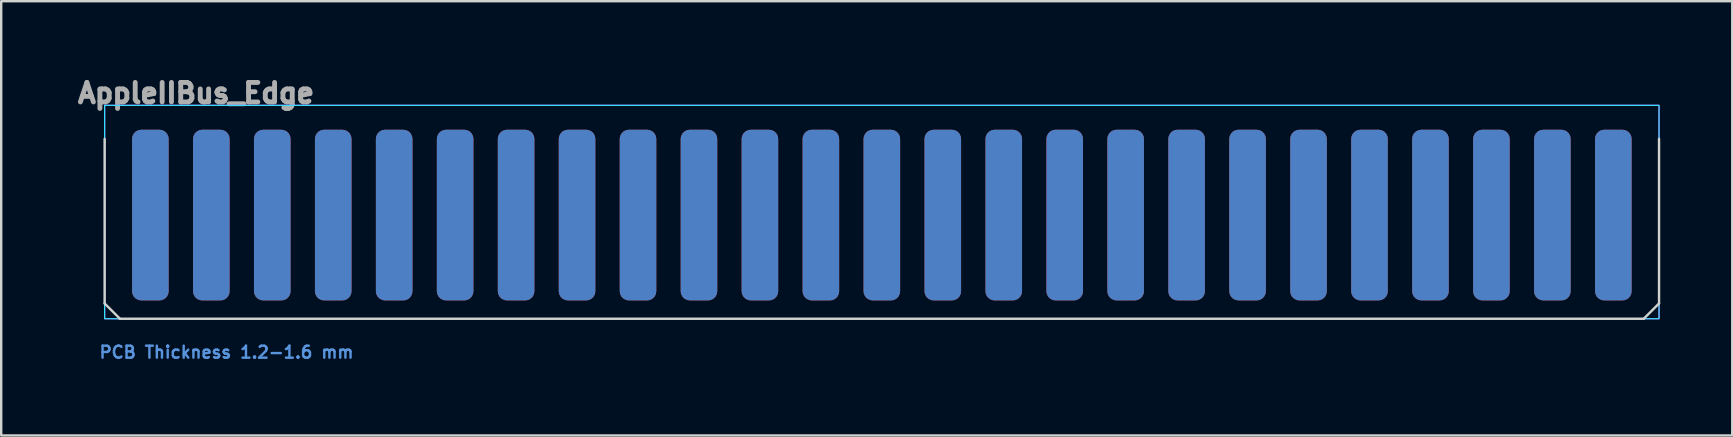
<source format=kicad_pcb>
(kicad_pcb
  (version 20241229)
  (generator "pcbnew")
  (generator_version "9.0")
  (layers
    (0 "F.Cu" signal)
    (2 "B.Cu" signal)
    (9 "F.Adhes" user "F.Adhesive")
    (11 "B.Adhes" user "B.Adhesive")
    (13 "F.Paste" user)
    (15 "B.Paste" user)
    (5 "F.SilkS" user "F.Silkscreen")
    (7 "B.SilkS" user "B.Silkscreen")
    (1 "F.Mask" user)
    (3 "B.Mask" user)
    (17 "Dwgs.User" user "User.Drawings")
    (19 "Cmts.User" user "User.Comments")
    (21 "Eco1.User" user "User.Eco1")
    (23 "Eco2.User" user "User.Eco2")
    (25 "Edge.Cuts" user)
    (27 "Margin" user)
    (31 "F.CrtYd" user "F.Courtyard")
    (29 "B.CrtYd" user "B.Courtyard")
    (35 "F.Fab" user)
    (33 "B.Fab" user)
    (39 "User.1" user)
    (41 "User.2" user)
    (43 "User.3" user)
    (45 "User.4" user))
  (footprint "AppleIIBus_Edge"
    (layer "F.Cu")
    (at 33.695 5.912)
    (property "Reference" "AppleIIBus_Edge" (at -28.575 -5.08 0) (layer "F.Fab") (effects (font (size 0.813 0.813) (thickness 0.203))))
    (attr exclude_from_pos_files exclude_from_bom allow_soldermask_bridges)
    (fp_rect (start -32.385 -3.175) (end 32.385 4.318) (stroke (width 0.05) (type solid)) (fill yes) (layer "F.Mask"))
    (fp_rect (start -32.385 -3.175) (end 32.385 4.318) (stroke (width 0.05) (type solid)) (fill yes) (layer "B.Mask"))
    (fp_line (start -32.385 3.683) (end -32.385 -3.175) (stroke (width 0.1) (type solid)) (layer "Edge.Cuts"))
    (fp_line (start -31.75 4.318) (end -32.385 3.683) (stroke (width 0.1) (type default)) (layer "Edge.Cuts"))
    (fp_line (start 31.75 4.318) (end -31.75 4.318) (stroke (width 0.1) (type solid)) (layer "Edge.Cuts"))
    (fp_line (start 31.75 4.318) (end 32.385 3.683) (stroke (width 0.1) (type default)) (layer "Edge.Cuts"))
    (fp_line (start 32.385 -3.175) (end 32.385 3.683) (stroke (width 0.1) (type solid)) (layer "Edge.Cuts"))
    (fp_rect (start -32.385 -4.572) (end 32.385 4.318) (stroke (width 0.05) (type default)) (fill no) (layer "B.CrtYd"))
    (fp_rect (start -32.385 -4.572) (end 32.385 4.318) (stroke (width 0.05) (type default)) (fill no) (layer "F.CrtYd"))
    (fp_text user "PCB Thickness 1.2-1.6 mm" (at -27.305 5.715 180) (layer "Cmts.User") (effects (font (size 0.5 0.5) (thickness 0.1))))
    (pad "1" connect roundrect (at -30.48 0 180) (size 1.524 7.112) (layers "F.Cu" "F.Mask") (roundrect_rratio 0.25))
    (pad "2" connect roundrect (at -27.94 0 180) (size 1.524 7.112) (layers "F.Cu" "F.Mask") (roundrect_rratio 0.25))
    (pad "3" connect roundrect (at -25.4 0 180) (size 1.524 7.112) (layers "F.Cu" "F.Mask") (roundrect_rratio 0.25))
    (pad "4" connect roundrect (at -22.86 0 180) (size 1.524 7.112) (layers "F.Cu" "F.Mask") (roundrect_rratio 0.25))
    (pad "5" connect roundrect (at -20.32 0 180) (size 1.524 7.112) (layers "F.Cu" "F.Mask") (roundrect_rratio 0.25))
    (pad "6" connect roundrect (at -17.78 0 180) (size 1.524 7.112) (layers "F.Cu" "F.Mask") (roundrect_rratio 0.25))
    (pad "7" connect roundrect (at -15.24 0 180) (size 1.524 7.112) (layers "F.Cu" "F.Mask") (roundrect_rratio 0.25))
    (pad "8" connect roundrect (at -12.7 0 180) (size 1.524 7.112) (layers "F.Cu" "F.Mask") (roundrect_rratio 0.25))
    (pad "9" connect roundrect (at -10.16 0 180) (size 1.524 7.112) (layers "F.Cu" "F.Mask") (roundrect_rratio 0.25))
    (pad "10" connect roundrect (at -7.62 0 180) (size 1.524 7.112) (layers "F.Cu" "F.Mask") (roundrect_rratio 0.25))
    (pad "11" connect roundrect (at -5.08 0 180) (size 1.524 7.112) (layers "F.Cu" "F.Mask") (roundrect_rratio 0.25))
    (pad "12" connect roundrect (at -2.54 0 180) (size 1.524 7.112) (layers "F.Cu" "F.Mask") (roundrect_rratio 0.25))
    (pad "13" connect roundrect (at 0 0 180) (size 1.524 7.112) (layers "F.Cu" "F.Mask") (roundrect_rratio 0.25))
    (pad "14" connect roundrect (at 2.54 0 180) (size 1.524 7.112) (layers "F.Cu" "F.Mask") (roundrect_rratio 0.25))
    (pad "15" connect roundrect (at 5.08 0 180) (size 1.524 7.112) (layers "F.Cu" "F.Mask") (roundrect_rratio 0.25))
    (pad "16" connect roundrect (at 7.62 0 180) (size 1.524 7.112) (layers "F.Cu" "F.Mask") (roundrect_rratio 0.25))
    (pad "17" connect roundrect (at 10.16 0 180) (size 1.524 7.112) (layers "F.Cu" "F.Mask") (roundrect_rratio 0.25))
    (pad "18" connect roundrect (at 12.7 0 180) (size 1.524 7.112) (layers "F.Cu" "F.Mask") (roundrect_rratio 0.25))
    (pad "19" connect roundrect (at 15.24 0 180) (size 1.524 7.112) (layers "F.Cu" "F.Mask") (roundrect_rratio 0.25))
    (pad "20" connect roundrect (at 17.78 0 180) (size 1.524 7.112) (layers "F.Cu" "F.Mask") (roundrect_rratio 0.25))
    (pad "21" connect roundrect (at 20.32 0 180) (size 1.524 7.112) (layers "F.Cu" "F.Mask") (roundrect_rratio 0.25))
    (pad "22" connect roundrect (at 22.86 0 180) (size 1.524 7.112) (layers "F.Cu" "F.Mask") (roundrect_rratio 0.25))
    (pad "23" connect roundrect (at 25.4 0 180) (size 1.524 7.112) (layers "F.Cu" "F.Mask") (roundrect_rratio 0.25))
    (pad "24" connect roundrect (at 27.94 0 180) (size 1.524 7.112) (layers "F.Cu" "F.Mask") (roundrect_rratio 0.25))
    (pad "25" connect roundrect (at 30.48 0 180) (size 1.524 7.112) (layers "F.Cu" "F.Mask") (roundrect_rratio 0.25))
    (pad "26" connect roundrect (at 30.48 0 180) (size 1.524 7.112) (layers "B.Cu" "B.Mask") (roundrect_rratio 0.25))
    (pad "27" connect roundrect (at 27.94 0 180) (size 1.524 7.112) (layers "B.Cu" "B.Mask") (roundrect_rratio 0.25))
    (pad "28" connect roundrect (at 25.4 0 180) (size 1.524 7.112) (layers "B.Cu" "B.Mask") (roundrect_rratio 0.25))
    (pad "29" connect roundrect (at 22.86 0 180) (size 1.524 7.112) (layers "B.Cu" "B.Mask") (roundrect_rratio 0.25))
    (pad "30" connect roundrect (at 20.32 0 180) (size 1.524 7.112) (layers "B.Cu" "B.Mask") (roundrect_rratio 0.25))
    (pad "31" connect roundrect (at 17.78 0 180) (size 1.524 7.112) (layers "B.Cu" "B.Mask") (roundrect_rratio 0.25))
    (pad "32" connect roundrect (at 15.24 0 180) (size 1.524 7.112) (layers "B.Cu" "B.Mask") (roundrect_rratio 0.25))
    (pad "33" connect roundrect (at 12.7 0 180) (size 1.524 7.112) (layers "B.Cu" "B.Mask") (roundrect_rratio 0.25))
    (pad "34" connect roundrect (at 10.16 0 180) (size 1.524 7.112) (layers "B.Cu" "B.Mask") (roundrect_rratio 0.25))
    (pad "35" connect roundrect (at 7.62 0 180) (size 1.524 7.112) (layers "B.Cu" "B.Mask") (roundrect_rratio 0.25))
    (pad "36" connect roundrect (at 5.08 0 180) (size 1.524 7.112) (layers "B.Cu" "B.Mask") (roundrect_rratio 0.25))
    (pad "37" connect roundrect (at 2.54 0 180) (size 1.524 7.112) (layers "B.Cu" "B.Mask") (roundrect_rratio 0.25))
    (pad "38" connect roundrect (at 0 0 180) (size 1.524 7.112) (layers "B.Cu" "B.Mask") (roundrect_rratio 0.25))
    (pad "39" connect roundrect (at -2.54 0 180) (size 1.524 7.112) (layers "B.Cu" "B.Mask") (roundrect_rratio 0.25))
    (pad "40" connect roundrect (at -5.08 0 180) (size 1.524 7.112) (layers "B.Cu" "B.Mask") (roundrect_rratio 0.25))
    (pad "41" connect roundrect (at -7.62 0 180) (size 1.524 7.112) (layers "B.Cu" "B.Mask") (roundrect_rratio 0.25))
    (pad "42" connect roundrect (at -10.16 0 180) (size 1.524 7.112) (layers "B.Cu" "B.Mask") (roundrect_rratio 0.25))
    (pad "43" connect roundrect (at -12.7 0 180) (size 1.524 7.112) (layers "B.Cu" "B.Mask") (roundrect_rratio 0.25))
    (pad "44" connect roundrect (at -15.24 0 180) (size 1.524 7.112) (layers "B.Cu" "B.Mask") (roundrect_rratio 0.25))
    (pad "45" connect roundrect (at -17.78 0 180) (size 1.524 7.112) (layers "B.Cu" "B.Mask") (roundrect_rratio 0.25))
    (pad "46" connect roundrect (at -20.32 0 180) (size 1.524 7.112) (layers "B.Cu" "B.Mask") (roundrect_rratio 0.25))
    (pad "47" connect roundrect (at -22.86 0 180) (size 1.524 7.112) (layers "B.Cu" "B.Mask") (roundrect_rratio 0.25))
    (pad "48" connect roundrect (at -25.4 0 180) (size 1.524 7.112) (layers "B.Cu" "B.Mask") (roundrect_rratio 0.25))
    (pad "49" connect roundrect (at -27.94 0 180) (size 1.524 7.112) (layers "B.Cu" "B.Mask") (roundrect_rratio 0.25))
    (pad "50" connect roundrect (at -30.48 0 180) (size 1.524 7.112) (layers "B.Cu" "B.Mask") (roundrect_rratio 0.25))
    (zone (net_name "") (layers "F.Cu" "F.Mask" "B.Cu" "B.Mask" "F.SilkS" "B.SilkS" "F.Adhes" "B.Adhes" "F.Paste" "B.Paste") (name "Bevel Area") (hatch edge 0.25) (connect_pads) (min_thickness 0.25) (filled_areas_thickness no) (keepout (tracks not_allowed) (vias not_allowed) (pads not_allowed) (copperpour not_allowed) (footprints not_allowed)) (placement (enabled no)) (fill) (polygon (pts (xy 1.31 10.23) (xy 1.31 9.494) (xy 66.08 9.494) (xy 66.08 10.23))))
    (zone (net_name "") (layers "F.Cu" "F.Mask" "B.Cu" "B.Mask" "F.SilkS" "B.SilkS" "F.Adhes" "B.Adhes" "F.Paste" "B.Paste") (hatch edge 0.5) (connect_pads) (min_thickness 0.25) (filled_areas_thickness no) (keepout (tracks allowed) (vias not_allowed) (pads not_allowed) (copperpour allowed) (footprints not_allowed)) (placement (enabled no)) (fill) (polygon (pts (xy 66.08 2.356) (xy 1.31 2.356) (xy 1.31 1.34) (xy 66.08 1.34))))
    (zone (net_name "") (layers "F.Cu" "F.Mask" "B.Cu" "B.Mask" "F.SilkS" "B.SilkS" "F.Adhes" "B.Adhes" "F.Paste" "B.Paste") (hatch edge 0.5) (connect_pads) (min_thickness 0.25) (filled_areas_thickness no) (keepout (tracks allowed) (vias not_allowed) (pads allowed) (copperpour not_allowed) (footprints not_allowed)) (placement (enabled no)) (fill) (polygon (pts (xy 66.08 9.494) (xy 1.31 9.494) (xy 1.31 2.356) (xy 66.08 2.356)))))
  (gr_rect
    (start -3 -3)
    (end 69.13 15.095)
    (stroke (width 0.1) (type default))
    (fill no)
    (layer "Edge.Cuts")))
</source>
